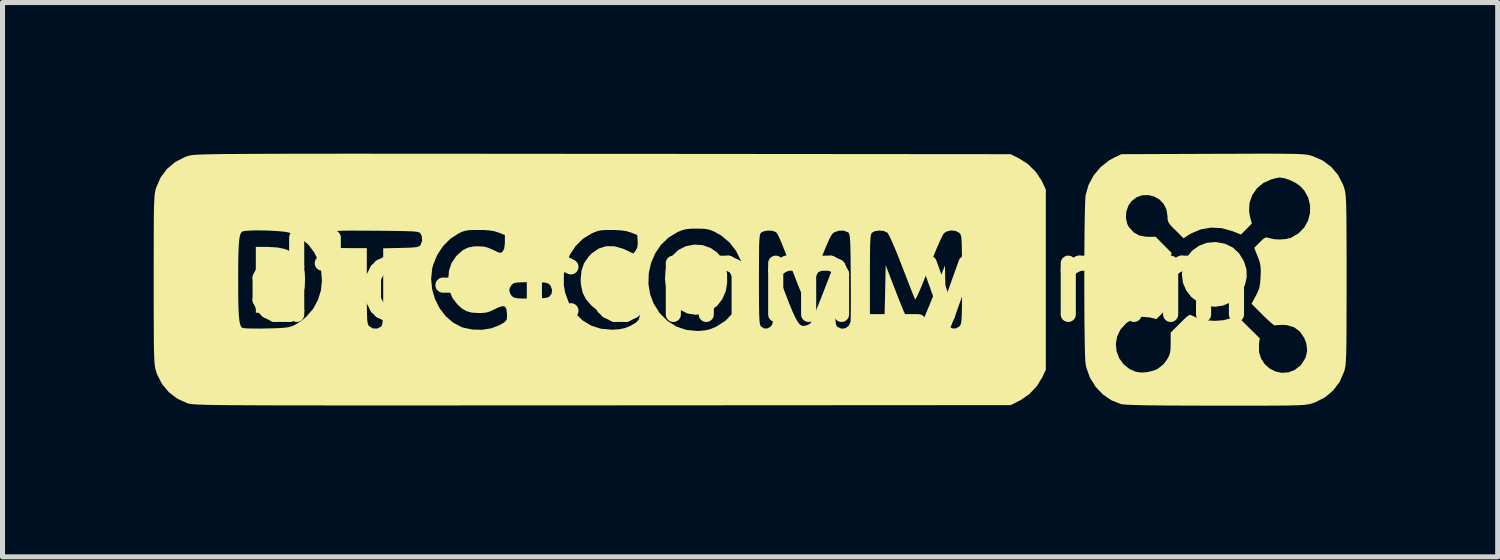
<source format=kicad_pcb>
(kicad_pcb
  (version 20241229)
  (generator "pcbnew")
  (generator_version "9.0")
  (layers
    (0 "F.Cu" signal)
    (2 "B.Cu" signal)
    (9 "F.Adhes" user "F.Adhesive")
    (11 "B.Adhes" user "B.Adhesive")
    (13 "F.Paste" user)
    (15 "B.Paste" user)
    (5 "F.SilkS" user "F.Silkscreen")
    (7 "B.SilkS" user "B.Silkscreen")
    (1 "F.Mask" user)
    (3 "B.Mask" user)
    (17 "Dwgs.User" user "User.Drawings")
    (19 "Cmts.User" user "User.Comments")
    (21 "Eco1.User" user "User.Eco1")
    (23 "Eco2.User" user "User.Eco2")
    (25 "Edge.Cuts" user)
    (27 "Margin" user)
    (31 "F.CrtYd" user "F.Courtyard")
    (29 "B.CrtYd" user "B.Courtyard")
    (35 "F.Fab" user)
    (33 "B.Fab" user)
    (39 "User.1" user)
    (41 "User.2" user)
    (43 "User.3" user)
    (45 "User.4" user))
  (footprint "dtc-comm_y5mm"
    (layer "F.Cu")
    (at 11.837 2.5)
    (property "Reference" "dtc-comm_y5mm" (at 0 0 0) (layer "F.SilkS") (effects (font (size 1.524 1.524) (thickness 0.3))))
    (attr board_only exclude_from_pos_files exclude_from_bom)
    (fp_poly (pts (xy -9.382 -0.639) (xy -9.215 -0.603) (xy -9.082 -0.539) (xy -8.978 -0.445) (xy -8.899 -0.321) (xy -8.863 -0.238) (xy -8.843 -0.158) (xy -8.835 -0.059) (xy -8.834 0.006) (xy -8.841 0.154) (xy -8.866 0.27) (xy -8.914 0.37) (xy -8.971 0.445) (xy -9.047 0.522) (xy -9.132 0.577) (xy -9.237 0.613) (xy -9.371 0.635) (xy -9.528 0.646) (xy -9.81 0.657) (xy -9.81 -0.651) (xy -9.588 -0.651)) (stroke (width 0) (type solid)) (fill yes) (layer "F.SilkS"))
    (fp_poly (pts (xy 9.245 -0.746) (xy 9.426 -0.712) (xy 9.579 -0.638) (xy 9.703 -0.522) (xy 9.8 -0.365) (xy 9.801 -0.363) (xy 9.85 -0.204) (xy 9.855 -0.046) (xy 9.82 0.104) (xy 9.751 0.242) (xy 9.652 0.36) (xy 9.529 0.452) (xy 9.386 0.514) (xy 9.229 0.538) (xy 9.064 0.518) (xy 9.054 0.516) (xy 8.89 0.448) (xy 8.756 0.345) (xy 8.654 0.214) (xy 8.59 0.063) (xy 8.568 -0.102) (xy 8.591 -0.273) (xy 8.593 -0.282) (xy 8.664 -0.441) (xy 8.77 -0.573) (xy 8.906 -0.671) (xy 9.062 -0.731) (xy 9.231 -0.746)) (stroke (width 0) (type solid)) (fill yes) (layer "F.SilkS"))
    (fp_poly (pts (xy -0.941 -0.685) (xy -0.786 -0.63) (xy -0.65 -0.536) (xy -0.542 -0.404) (xy -0.519 -0.363) (xy -0.478 -0.244) (xy -0.457 -0.098) (xy -0.456 0.058) (xy -0.478 0.204) (xy -0.485 0.231) (xy -0.553 0.388) (xy -0.654 0.518) (xy -0.781 0.615) (xy -0.925 0.676) (xy -1.079 0.697) (xy -1.236 0.672) (xy -1.258 0.665) (xy -1.395 0.596) (xy -1.506 0.493) (xy -1.598 0.349) (xy -1.605 0.335) (xy -1.667 0.162) (xy -1.69 -0.014) (xy -1.675 -0.184) (xy -1.624 -0.342) (xy -1.54 -0.479) (xy -1.426 -0.588) (xy -1.283 -0.661) (xy -1.282 -0.662) (xy -1.109 -0.696)) (stroke (width 0) (type solid)) (fill yes) (layer "F.SilkS"))
    (fp_poly (pts (xy 10.484 -2.499) (xy 10.635 -2.498) (xy 10.757 -2.496) (xy 10.856 -2.494) (xy 10.935 -2.49) (xy 10.996 -2.486) (xy 11.045 -2.48) (xy 11.085 -2.473) (xy 11.119 -2.465) (xy 11.151 -2.456) (xy 11.161 -2.453) (xy 11.36 -2.366) (xy 11.53 -2.24) (xy 11.667 -2.079) (xy 11.766 -1.888) (xy 11.786 -1.83) (xy 11.796 -1.797) (xy 11.805 -1.763) (xy 11.812 -1.723) (xy 11.818 -1.674) (xy 11.823 -1.612) (xy 11.827 -1.534) (xy 11.83 -1.434) (xy 11.833 -1.31) (xy 11.834 -1.157) (xy 11.835 -0.972) (xy 11.836 -0.751) (xy 11.837 -0.489) (xy 11.837 -0.183) (xy 11.837 0) (xy 11.837 0.331) (xy 11.836 0.616) (xy 11.836 0.858) (xy 11.835 1.062) (xy 11.834 1.232) (xy 11.832 1.371) (xy 11.829 1.483) (xy 11.825 1.572) (xy 11.821 1.643) (xy 11.816 1.698) (xy 11.809 1.742) (xy 11.801 1.779) (xy 11.792 1.813) (xy 11.786 1.83) (xy 11.699 2.029) (xy 11.572 2.198) (xy 11.41 2.335) (xy 11.219 2.433) (xy 11.165 2.452) (xy 11.132 2.462) (xy 11.099 2.47) (xy 11.06 2.477) (xy 11.013 2.483) (xy 10.953 2.488) (xy 10.877 2.492) (xy 10.781 2.495) (xy 10.661 2.498) (xy 10.514 2.499) (xy 10.335 2.5) (xy 10.121 2.501) (xy 9.868 2.501) (xy 9.573 2.501) (xy 9.238 2.501) (xy 8.868 2.5) (xy 8.546 2.499) (xy 8.268 2.498) (xy 8.033 2.495) (xy 7.837 2.493) (xy 7.677 2.489) (xy 7.553 2.485) (xy 7.459 2.48) (xy 7.394 2.475) (xy 7.356 2.468) (xy 7.355 2.468) (xy 7.166 2.392) (xy 6.997 2.275) (xy 6.855 2.124) (xy 6.744 1.945) (xy 6.673 1.747) (xy 6.658 1.673) (xy 6.652 1.613) (xy 6.647 1.509) (xy 6.643 1.365) (xy 6.641 1.275) (xy 7.258 1.275) (xy 7.272 1.42) (xy 7.323 1.557) (xy 7.41 1.678) (xy 7.53 1.774) (xy 7.652 1.828) (xy 7.762 1.844) (xy 7.891 1.834) (xy 8.019 1.801) (xy 8.096 1.765) (xy 8.205 1.677) (xy 8.276 1.582) (xy 8.312 1.515) (xy 8.333 1.452) (xy 8.343 1.376) (xy 8.346 1.269) (xy 8.346 1.258) (xy 8.346 1.052) (xy 8.531 0.866) (xy 8.615 0.783) (xy 8.672 0.731) (xy 8.71 0.705) (xy 8.738 0.7) (xy 8.764 0.71) (xy 8.769 0.713) (xy 8.897 0.772) (xy 9.055 0.807) (xy 9.227 0.818) (xy 9.397 0.804) (xy 9.549 0.764) (xy 9.556 0.762) (xy 9.664 0.719) (xy 10.113 1.164) (xy 10.098 1.285) (xy 10.1 1.436) (xy 10.141 1.568) (xy 10.214 1.679) (xy 10.312 1.765) (xy 10.427 1.823) (xy 10.553 1.849) (xy 10.682 1.84) (xy 10.807 1.793) (xy 10.921 1.704) (xy 10.942 1.679) (xy 11.023 1.549) (xy 11.055 1.41) (xy 11.038 1.263) (xy 10.996 1.156) (xy 10.909 1.029) (xy 10.796 0.945) (xy 10.655 0.903) (xy 10.574 0.897) (xy 10.494 0.9) (xy 10.435 0.905) (xy 10.415 0.91) (xy 10.391 0.899) (xy 10.339 0.857) (xy 10.267 0.792) (xy 10.182 0.71) (xy 10.173 0.701) (xy 9.951 0.478) (xy 10.036 0.321) (xy 10.078 0.235) (xy 10.105 0.161) (xy 10.12 0.079) (xy 10.129 -0.029) (xy 10.13 -0.064) (xy 10.134 -0.181) (xy 10.129 -0.267) (xy 10.115 -0.342) (xy 10.087 -0.424) (xy 10.072 -0.461) (xy 10.004 -0.632) (xy 10.115 -0.742) (xy 10.177 -0.803) (xy 10.219 -0.832) (xy 10.255 -0.838) (xy 10.297 -0.826) (xy 10.299 -0.825) (xy 10.396 -0.803) (xy 10.517 -0.797) (xy 10.639 -0.807) (xy 10.737 -0.832) (xy 10.738 -0.833) (xy 10.883 -0.918) (xy 10.995 -1.033) (xy 11.071 -1.169) (xy 11.111 -1.319) (xy 11.113 -1.474) (xy 11.076 -1.626) (xy 10.998 -1.767) (xy 10.916 -1.857) (xy 10.827 -1.92) (xy 10.715 -1.975) (xy 10.601 -2.014) (xy 10.51 -2.027) (xy 10.464 -2.02) (xy 10.39 -2.003) (xy 10.338 -1.988) (xy 10.183 -1.918) (xy 10.058 -1.813) (xy 9.966 -1.68) (xy 9.912 -1.528) (xy 9.901 -1.364) (xy 9.92 -1.251) (xy 9.957 -1.114) (xy 9.849 -1.004) (xy 9.741 -0.895) (xy 9.569 -0.964) (xy 9.361 -1.022) (xy 9.152 -1.033) (xy 8.947 -0.999) (xy 8.755 -0.919) (xy 8.699 -0.885) (xy 8.602 -0.821) (xy 8.443 -0.979) (xy 8.366 -1.056) (xy 8.319 -1.111) (xy 8.295 -1.156) (xy 8.285 -1.203) (xy 8.283 -1.26) (xy 8.262 -1.395) (xy 8.205 -1.506) (xy 8.12 -1.593) (xy 8.016 -1.651) (xy 7.901 -1.679) (xy 7.782 -1.675) (xy 7.669 -1.635) (xy 7.57 -1.559) (xy 7.51 -1.476) (xy 7.466 -1.355) (xy 7.458 -1.226) (xy 7.485 -1.104) (xy 7.514 -1.049) (xy 7.608 -0.942) (xy 7.718 -0.878) (xy 7.854 -0.852) (xy 7.893 -0.851) (xy 8.047 -0.851) (xy 8.206 -0.69) (xy 8.365 -0.53) (xy 8.321 -0.366) (xy 8.287 -0.161) (xy 8.296 0.041) (xy 8.346 0.229) (xy 8.366 0.276) (xy 8.432 0.413) (xy 8.064 0.782) (xy 7.936 0.751) (xy 7.773 0.736) (xy 7.62 0.77) (xy 7.478 0.853) (xy 7.456 0.87) (xy 7.348 0.992) (xy 7.283 1.129) (xy 7.258 1.275) (xy 6.641 1.275) (xy 6.64 1.188) (xy 6.637 0.983) (xy 6.634 0.757) (xy 6.633 0.513) (xy 6.632 0.258) (xy 6.632 -0.002) (xy 6.632 -0.262) (xy 6.633 -0.517) (xy 6.635 -0.76) (xy 6.637 -0.987) (xy 6.64 -1.192) (xy 6.644 -1.368) (xy 6.648 -1.512) (xy 6.653 -1.616) (xy 6.658 -1.676) (xy 6.716 -1.88) (xy 6.817 -2.068) (xy 6.955 -2.233) (xy 7.123 -2.366) (xy 7.227 -2.423) (xy 7.37 -2.49) (xy 9.184 -2.497) (xy 9.529 -2.498) (xy 9.828 -2.499) (xy 10.084 -2.5) (xy 10.302 -2.5)) (stroke (width 0) (type solid)) (fill yes) (layer "F.SilkS"))
    (fp_poly (pts (xy -7.216 -2.499) (xy -6.726 -2.499) (xy -6.196 -2.499) (xy -5.624 -2.499) (xy -5.008 -2.498) (xy -4.347 -2.498) (xy -3.639 -2.497) (xy -2.915 -2.497) (xy 5.169 -2.49) (xy 5.333 -2.409) (xy 5.512 -2.295) (xy 5.666 -2.144) (xy 5.784 -1.967) (xy 5.801 -1.932) (xy 5.868 -1.789) (xy 5.868 1.789) (xy 5.801 1.932) (xy 5.691 2.112) (xy 5.543 2.269) (xy 5.368 2.391) (xy 5.333 2.409) (xy 5.169 2.49) (xy -2.927 2.495) (xy -3.682 2.495) (xy -4.389 2.496) (xy -5.049 2.496) (xy -5.664 2.496) (xy -6.235 2.497) (xy -6.764 2.497) (xy -7.254 2.497) (xy -7.704 2.497) (xy -8.118 2.497) (xy -8.496 2.496) (xy -8.841 2.496) (xy -9.153 2.496) (xy -9.435 2.495) (xy -9.689 2.494) (xy -9.915 2.493) (xy -10.116 2.492) (xy -10.292 2.491) (xy -10.447 2.489) (xy -10.581 2.488) (xy -10.696 2.486) (xy -10.794 2.484) (xy -10.876 2.481) (xy -10.944 2.479) (xy -11 2.476) (xy -11.044 2.473) (xy -11.08 2.47) (xy -11.108 2.466) (xy -11.131 2.462) (xy -11.149 2.458) (xy -11.164 2.454) (xy -11.173 2.451) (xy -11.368 2.362) (xy -11.536 2.234) (xy -11.672 2.071) (xy -11.769 1.881) (xy -11.786 1.83) (xy -11.796 1.797) (xy -11.805 1.763) (xy -11.812 1.723) (xy -11.818 1.674) (xy -11.823 1.612) (xy -11.827 1.534) (xy -11.83 1.434) (xy -11.833 1.31) (xy -11.834 1.157) (xy -11.835 0.972) (xy -11.836 0.751) (xy -11.837 0.489) (xy -11.837 0.183) (xy -11.837 0) (xy -10.16 0) (xy -10.159 0.244) (xy -10.157 0.443) (xy -10.153 0.602) (xy -10.146 0.724) (xy -10.136 0.816) (xy -10.123 0.881) (xy -10.107 0.925) (xy -10.086 0.951) (xy -10.079 0.956) (xy -10.045 0.963) (xy -9.969 0.968) (xy -9.861 0.97) (xy -9.729 0.971) (xy -9.609 0.969) (xy -9.445 0.965) (xy -9.322 0.96) (xy -9.231 0.953) (xy -9.163 0.943) (xy -9.109 0.929) (xy -9.059 0.909) (xy -9.052 0.906) (xy -8.969 0.859) (xy -8.875 0.792) (xy -8.806 0.733) (xy -8.67 0.576) (xy -8.575 0.399) (xy -8.518 0.211) (xy -8.498 0.016) (xy -8.514 -0.178) (xy -8.565 -0.364) (xy -8.649 -0.538) (xy -8.764 -0.691) (xy -8.869 -0.782) (xy -8.367 -0.782) (xy -8.34 -0.705) (xy -8.31 -0.672) (xy -8.279 -0.652) (xy -8.238 -0.639) (xy -8.176 -0.631) (xy -8.085 -0.627) (xy -7.954 -0.626) (xy -7.93 -0.626) (xy -7.607 -0.626) (xy -7.607 0.125) (xy -7.607 0.339) (xy -7.607 0.509) (xy -7.605 0.639) (xy -7.602 0.737) (xy -7.598 0.807) (xy -7.592 0.855) (xy -7.583 0.887) (xy -7.572 0.909) (xy -7.558 0.925) (xy -7.557 0.926) (xy -7.485 0.968) (xy -7.401 0.971) (xy -7.328 0.935) (xy -7.315 0.92) (xy -7.305 0.898) (xy -7.297 0.863) (xy -7.291 0.811) (xy -7.287 0.734) (xy -7.284 0.629) (xy -7.283 0.489) (xy -7.282 0.309) (xy -7.282 0.136) (xy -7.282 -0.015) (xy -6.331 -0.015) (xy -6.311 0.189) (xy -6.254 0.386) (xy -6.163 0.566) (xy -6.043 0.724) (xy -5.897 0.851) (xy -5.73 0.939) (xy -5.698 0.951) (xy -5.515 0.99) (xy -5.324 0.995) (xy -5.143 0.967) (xy -5.005 0.916) (xy -4.915 0.87) (xy -4.86 0.833) (xy -4.833 0.796) (xy -4.825 0.746) (xy -4.826 0.683) (xy -4.836 0.59) (xy -4.862 0.538) (xy -4.91 0.525) (xy -4.987 0.547) (xy -5.062 0.583) (xy -5.157 0.629) (xy -5.238 0.653) (xy -5.33 0.662) (xy -5.391 0.662) (xy -5.528 0.654) (xy -5.634 0.623) (xy -5.729 0.565) (xy -5.804 0.496) (xy -5.904 0.369) (xy -5.966 0.226) (xy -5.968 0.213) (xy -4.78 0.213) (xy -4.762 0.277) (xy -4.73 0.325) (xy -4.704 0.346) (xy -4.67 0.36) (xy -4.619 0.369) (xy -4.541 0.374) (xy -4.426 0.375) (xy -4.36 0.375) (xy -4.216 0.374) (xy -4.114 0.369) (xy -4.044 0.36) (xy -3.999 0.345) (xy -3.984 0.336) (xy -3.94 0.278) (xy -3.931 0.202) (xy -3.957 0.127) (xy -3.972 0.108) (xy -3.698 0.108) (xy -3.67 0.263) (xy -3.59 0.479) (xy -3.476 0.66) (xy -3.331 0.805) (xy -3.159 0.91) (xy -2.962 0.974) (xy -2.744 0.993) (xy -2.715 0.993) (xy -2.591 0.983) (xy -2.493 0.963) (xy -2.399 0.927) (xy -2.368 0.912) (xy -2.271 0.857) (xy -2.215 0.801) (xy -2.192 0.735) (xy -2.196 0.651) (xy -2.216 0.568) (xy -2.252 0.528) (xy -2.311 0.528) (xy -2.397 0.566) (xy -2.414 0.575) (xy -2.581 0.646) (xy -2.748 0.671) (xy -2.908 0.652) (xy -3.056 0.588) (xy -3.141 0.523) (xy -3.254 0.395) (xy -3.325 0.257) (xy -3.358 0.096) (xy -3.359 0.084) (xy -2.019 0.084) (xy -1.984 0.292) (xy -1.912 0.48) (xy -1.791 0.669) (xy -1.64 0.82) (xy -1.465 0.93) (xy -1.268 0.997) (xy -1.054 1.018) (xy -1.021 1.018) (xy -0.898 1.007) (xy -0.798 0.985) (xy -0.695 0.943) (xy -0.668 0.93) (xy -0.488 0.814) (xy -0.34 0.66) (xy -0.224 0.467) (xy -0.221 0.463) (xy -0.147 0.25) (xy -0.118 0.034) (xy -0.121 -0.004) (xy 0.175 -0.004) (xy 0.175 0.233) (xy 0.176 0.425) (xy 0.178 0.577) (xy 0.18 0.694) (xy 0.184 0.781) (xy 0.189 0.843) (xy 0.196 0.885) (xy 0.205 0.912) (xy 0.215 0.929) (xy 0.217 0.93) (xy 0.282 0.97) (xy 0.354 0.966) (xy 0.415 0.923) (xy 0.431 0.902) (xy 0.443 0.873) (xy 0.452 0.83) (xy 0.459 0.765) (xy 0.465 0.673) (xy 0.469 0.546) (xy 0.474 0.379) (xy 0.475 0.299) (xy 0.488 -0.272) (xy 0.701 0.28) (xy 0.777 0.476) (xy 0.84 0.629) (xy 0.893 0.744) (xy 0.937 0.826) (xy 0.977 0.88) (xy 1.015 0.909) (xy 1.054 0.919) (xy 1.097 0.914) (xy 1.1 0.913) (xy 1.159 0.892) (xy 1.192 0.873) (xy 1.208 0.844) (xy 1.24 0.775) (xy 1.283 0.673) (xy 1.336 0.543) (xy 1.396 0.394) (xy 1.442 0.277) (xy 1.664 -0.296) (xy 1.677 0.304) (xy 1.681 0.494) (xy 1.685 0.64) (xy 1.689 0.748) (xy 1.695 0.824) (xy 1.702 0.876) (xy 1.712 0.909) (xy 1.725 0.929) (xy 1.738 0.94) (xy 1.818 0.974) (xy 1.896 0.962) (xy 1.959 0.911) (xy 1.965 0.898) (xy 2.377 0.898) (xy 2.433 0.937) (xy 2.511 0.973) (xy 2.582 0.961) (xy 2.617 0.94) (xy 2.632 0.926) (xy 2.644 0.904) (xy 2.653 0.869) (xy 2.66 0.813) (xy 2.666 0.731) (xy 2.67 0.617) (xy 2.674 0.464) (xy 2.678 0.309) (xy 2.69 -0.288) (xy 2.902 0.263) (xy 2.98 0.462) (xy 3.044 0.618) (xy 3.098 0.737) (xy 3.143 0.821) (xy 3.183 0.877) (xy 3.221 0.908) (xy 3.259 0.919) (xy 3.298 0.915) (xy 3.364 0.886) (xy 3.405 0.853) (xy 3.425 0.817) (xy 3.46 0.741) (xy 3.506 0.633) (xy 3.561 0.5) (xy 3.621 0.35) (xy 3.655 0.262) (xy 3.866 -0.282) (xy 3.879 0.295) (xy 3.883 0.481) (xy 3.888 0.624) (xy 3.893 0.73) (xy 3.899 0.805) (xy 3.907 0.857) (xy 3.918 0.891) (xy 3.932 0.915) (xy 3.939 0.923) (xy 4.009 0.968) (xy 4.086 0.968) (xy 4.154 0.926) (xy 4.167 0.911) (xy 4.178 0.891) (xy 4.186 0.862) (xy 4.193 0.818) (xy 4.197 0.755) (xy 4.201 0.666) (xy 4.203 0.547) (xy 4.204 0.393) (xy 4.204 0.198) (xy 4.204 0) (xy 4.204 -0.233) (xy 4.204 -0.421) (xy 4.202 -0.569) (xy 4.2 -0.682) (xy 4.197 -0.767) (xy 4.192 -0.827) (xy 4.185 -0.868) (xy 4.177 -0.895) (xy 4.165 -0.913) (xy 4.154 -0.926) (xy 4.081 -0.967) (xy 3.99 -0.977) (xy 3.9 -0.956) (xy 3.846 -0.92) (xy 3.821 -0.881) (xy 3.782 -0.801) (xy 3.731 -0.687) (xy 3.67 -0.544) (xy 3.603 -0.378) (xy 3.541 -0.22) (xy 3.468 -0.034) (xy 3.404 0.124) (xy 3.351 0.248) (xy 3.31 0.336) (xy 3.283 0.384) (xy 3.273 0.391) (xy 3.26 0.36) (xy 3.231 0.288) (xy 3.189 0.183) (xy 3.137 0.05) (xy 3.078 -0.104) (xy 3.015 -0.265) (xy 2.941 -0.456) (xy 2.873 -0.622) (xy 2.815 -0.757) (xy 2.768 -0.857) (xy 2.735 -0.918) (xy 2.724 -0.932) (xy 2.655 -0.965) (xy 2.566 -0.975) (xy 2.479 -0.963) (xy 2.423 -0.935) (xy 2.411 -0.921) (xy 2.401 -0.901) (xy 2.394 -0.869) (xy 2.388 -0.82) (xy 2.384 -0.75) (xy 2.381 -0.653) (xy 2.379 -0.524) (xy 2.378 -0.359) (xy 2.377 -0.152) (xy 2.377 0.002) (xy 2.377 0.898) (xy 1.965 0.898) (xy 1.991 0.842) (xy 1.994 0.805) (xy 1.996 0.723) (xy 1.998 0.605) (xy 1.999 0.455) (xy 1.999 0.28) (xy 1.998 0.086) (xy 1.997 -0.059) (xy 1.995 -0.287) (xy 1.993 -0.471) (xy 1.99 -0.615) (xy 1.987 -0.724) (xy 1.982 -0.804) (xy 1.977 -0.86) (xy 1.969 -0.897) (xy 1.96 -0.92) (xy 1.948 -0.934) (xy 1.941 -0.94) (xy 1.86 -0.972) (xy 1.764 -0.972) (xy 1.675 -0.943) (xy 1.642 -0.92) (xy 1.612 -0.88) (xy 1.571 -0.802) (xy 1.518 -0.684) (xy 1.451 -0.523) (xy 1.37 -0.318) (xy 1.336 -0.231) (xy 1.272 -0.065) (xy 1.213 0.085) (xy 1.161 0.213) (xy 1.12 0.312) (xy 1.092 0.376) (xy 1.079 0.4) (xy 1.079 0.4) (xy 1.065 0.378) (xy 1.037 0.317) (xy 0.998 0.223) (xy 0.95 0.105) (xy 0.902 -0.019) (xy 0.812 -0.251) (xy 0.738 -0.441) (xy 0.678 -0.592) (xy 0.631 -0.71) (xy 0.593 -0.799) (xy 0.564 -0.862) (xy 0.541 -0.905) (xy 0.523 -0.931) (xy 0.509 -0.945) (xy 0.443 -0.969) (xy 0.356 -0.975) (xy 0.273 -0.961) (xy 0.221 -0.935) (xy 0.209 -0.921) (xy 0.199 -0.901) (xy 0.191 -0.869) (xy 0.186 -0.82) (xy 0.181 -0.749) (xy 0.178 -0.652) (xy 0.177 -0.523) (xy 0.176 -0.357) (xy 0.175 -0.149) (xy 0.175 -0.004) (xy -0.121 -0.004) (xy -0.132 -0.179) (xy -0.187 -0.383) (xy -0.28 -0.572) (xy -0.409 -0.738) (xy -0.572 -0.875) (xy -0.701 -0.948) (xy -0.779 -0.981) (xy -0.853 -1.001) (xy -0.94 -1.011) (xy -1.058 -1.013) (xy -1.064 -1.013) (xy -1.182 -1.011) (xy -1.27 -1.002) (xy -1.346 -0.983) (xy -1.429 -0.949) (xy -1.444 -0.942) (xy -1.621 -0.834) (xy -1.769 -0.691) (xy -1.885 -0.52) (xy -1.967 -0.329) (xy -2.012 -0.125) (xy -2.019 0.084) (xy -3.359 0.084) (xy -3.363 0) (xy -3.347 -0.177) (xy -3.296 -0.326) (xy -3.205 -0.458) (xy -3.141 -0.523) (xy -3.005 -0.618) (xy -2.856 -0.664) (xy -2.694 -0.663) (xy -2.519 -0.613) (xy -2.455 -0.584) (xy -2.319 -0.518) (xy -2.272 -0.576) (xy -2.241 -0.634) (xy -2.231 -0.712) (xy -2.232 -0.761) (xy -2.24 -0.887) (xy -2.365 -0.935) (xy -2.457 -0.963) (xy -2.569 -0.979) (xy -2.715 -0.986) (xy -2.74 -0.986) (xy -2.861 -0.986) (xy -2.949 -0.98) (xy -3.019 -0.967) (xy -3.088 -0.942) (xy -3.146 -0.916) (xy -3.318 -0.811) (xy -3.463 -0.668) (xy -3.576 -0.498) (xy -3.656 -0.306) (xy -3.697 -0.102) (xy -3.698 0.108) (xy -3.972 0.108) (xy -3.979 0.1) (xy -4.004 0.079) (xy -4.038 0.065) (xy -4.088 0.057) (xy -4.166 0.052) (xy -4.279 0.05) (xy -4.354 0.05) (xy -4.49 0.051) (xy -4.584 0.054) (xy -4.648 0.06) (xy -4.689 0.071) (xy -4.717 0.089) (xy -4.73 0.1) (xy -4.768 0.16) (xy -4.78 0.213) (xy -5.968 0.213) (xy -5.991 0.055) (xy -5.992 0) (xy -5.976 -0.18) (xy -5.926 -0.33) (xy -5.837 -0.461) (xy -5.804 -0.496) (xy -5.7 -0.586) (xy -5.596 -0.638) (xy -5.474 -0.66) (xy -5.405 -0.662) (xy -5.292 -0.657) (xy -5.199 -0.634) (xy -5.098 -0.59) (xy -5.019 -0.551) (xy -4.97 -0.534) (xy -4.94 -0.536) (xy -4.914 -0.556) (xy -4.911 -0.559) (xy -4.882 -0.612) (xy -4.869 -0.702) (xy -4.868 -0.744) (xy -4.867 -0.886) (xy -4.992 -0.935) (xy -5.075 -0.961) (xy -5.171 -0.977) (xy -5.296 -0.985) (xy -5.38 -0.986) (xy -5.503 -0.986) (xy -5.591 -0.981) (xy -5.659 -0.969) (xy -5.721 -0.948) (xy -5.785 -0.918) (xy -5.95 -0.811) (xy -6.094 -0.666) (xy -6.21 -0.491) (xy -6.29 -0.296) (xy -6.31 -0.219) (xy -6.331 -0.015) (xy -7.282 -0.015) (xy -7.282 -0.622) (xy -6.93 -0.63) (xy -6.788 -0.634) (xy -6.689 -0.639) (xy -6.622 -0.646) (xy -6.58 -0.657) (xy -6.555 -0.672) (xy -6.542 -0.687) (xy -6.51 -0.768) (xy -6.515 -0.858) (xy -6.542 -0.915) (xy -6.554 -0.928) (xy -6.571 -0.939) (xy -6.6 -0.947) (xy -6.645 -0.954) (xy -6.712 -0.959) (xy -6.805 -0.962) (xy -6.93 -0.965) (xy -7.092 -0.968) (xy -7.297 -0.97) (xy -7.414 -0.971) (xy -7.641 -0.972) (xy -7.824 -0.973) (xy -7.968 -0.973) (xy -8.077 -0.972) (xy -8.158 -0.969) (xy -8.215 -0.964) (xy -8.255 -0.957) (xy -8.282 -0.948) (xy -8.302 -0.936) (xy -8.308 -0.931) (xy -8.356 -0.864) (xy -8.367 -0.782) (xy -8.869 -0.782) (xy -8.91 -0.817) (xy -9.085 -0.91) (xy -9.158 -0.936) (xy -9.227 -0.949) (xy -9.329 -0.96) (xy -9.454 -0.969) (xy -9.59 -0.975) (xy -9.728 -0.977) (xy -9.857 -0.977) (xy -9.965 -0.973) (xy -10.044 -0.965) (xy -10.079 -0.955) (xy -10.101 -0.933) (xy -10.119 -0.896) (xy -10.133 -0.838) (xy -10.143 -0.754) (xy -10.151 -0.641) (xy -10.156 -0.493) (xy -10.159 -0.306) (xy -10.16 -0.075) (xy -10.16 0) (xy -11.837 0) (xy -11.837 -0.331) (xy -11.836 -0.616) (xy -11.836 -0.858) (xy -11.835 -1.062) (xy -11.834 -1.232) (xy -11.832 -1.371) (xy -11.829 -1.483) (xy -11.825 -1.572) (xy -11.821 -1.643) (xy -11.816 -1.698) (xy -11.809 -1.742) (xy -11.801 -1.779) (xy -11.792 -1.813) (xy -11.786 -1.83) (xy -11.699 -2.029) (xy -11.572 -2.198) (xy -11.41 -2.335) (xy -11.219 -2.433) (xy -11.161 -2.453) (xy -11.145 -2.458) (xy -11.129 -2.462) (xy -11.11 -2.466) (xy -11.087 -2.47) (xy -11.058 -2.473) (xy -11.021 -2.477) (xy -10.975 -2.48) (xy -10.919 -2.482) (xy -10.85 -2.485) (xy -10.767 -2.487) (xy -10.669 -2.489) (xy -10.553 -2.491) (xy -10.418 -2.493) (xy -10.263 -2.494) (xy -10.086 -2.495) (xy -9.884 -2.496) (xy -9.657 -2.497) (xy -9.403 -2.498) (xy -9.12 -2.499) (xy -8.807 -2.499) (xy -8.461 -2.499) (xy -8.082 -2.5) (xy -7.668 -2.5)) (stroke (width 0) (type solid)) (fill yes) (layer "F.SilkS")))
  (gr_rect
    (start -3 -3)
    (end 26.673 8.001)
    (stroke (width 0.1) (type default))
    (fill no)
    (layer "Edge.Cuts")))
</source>
